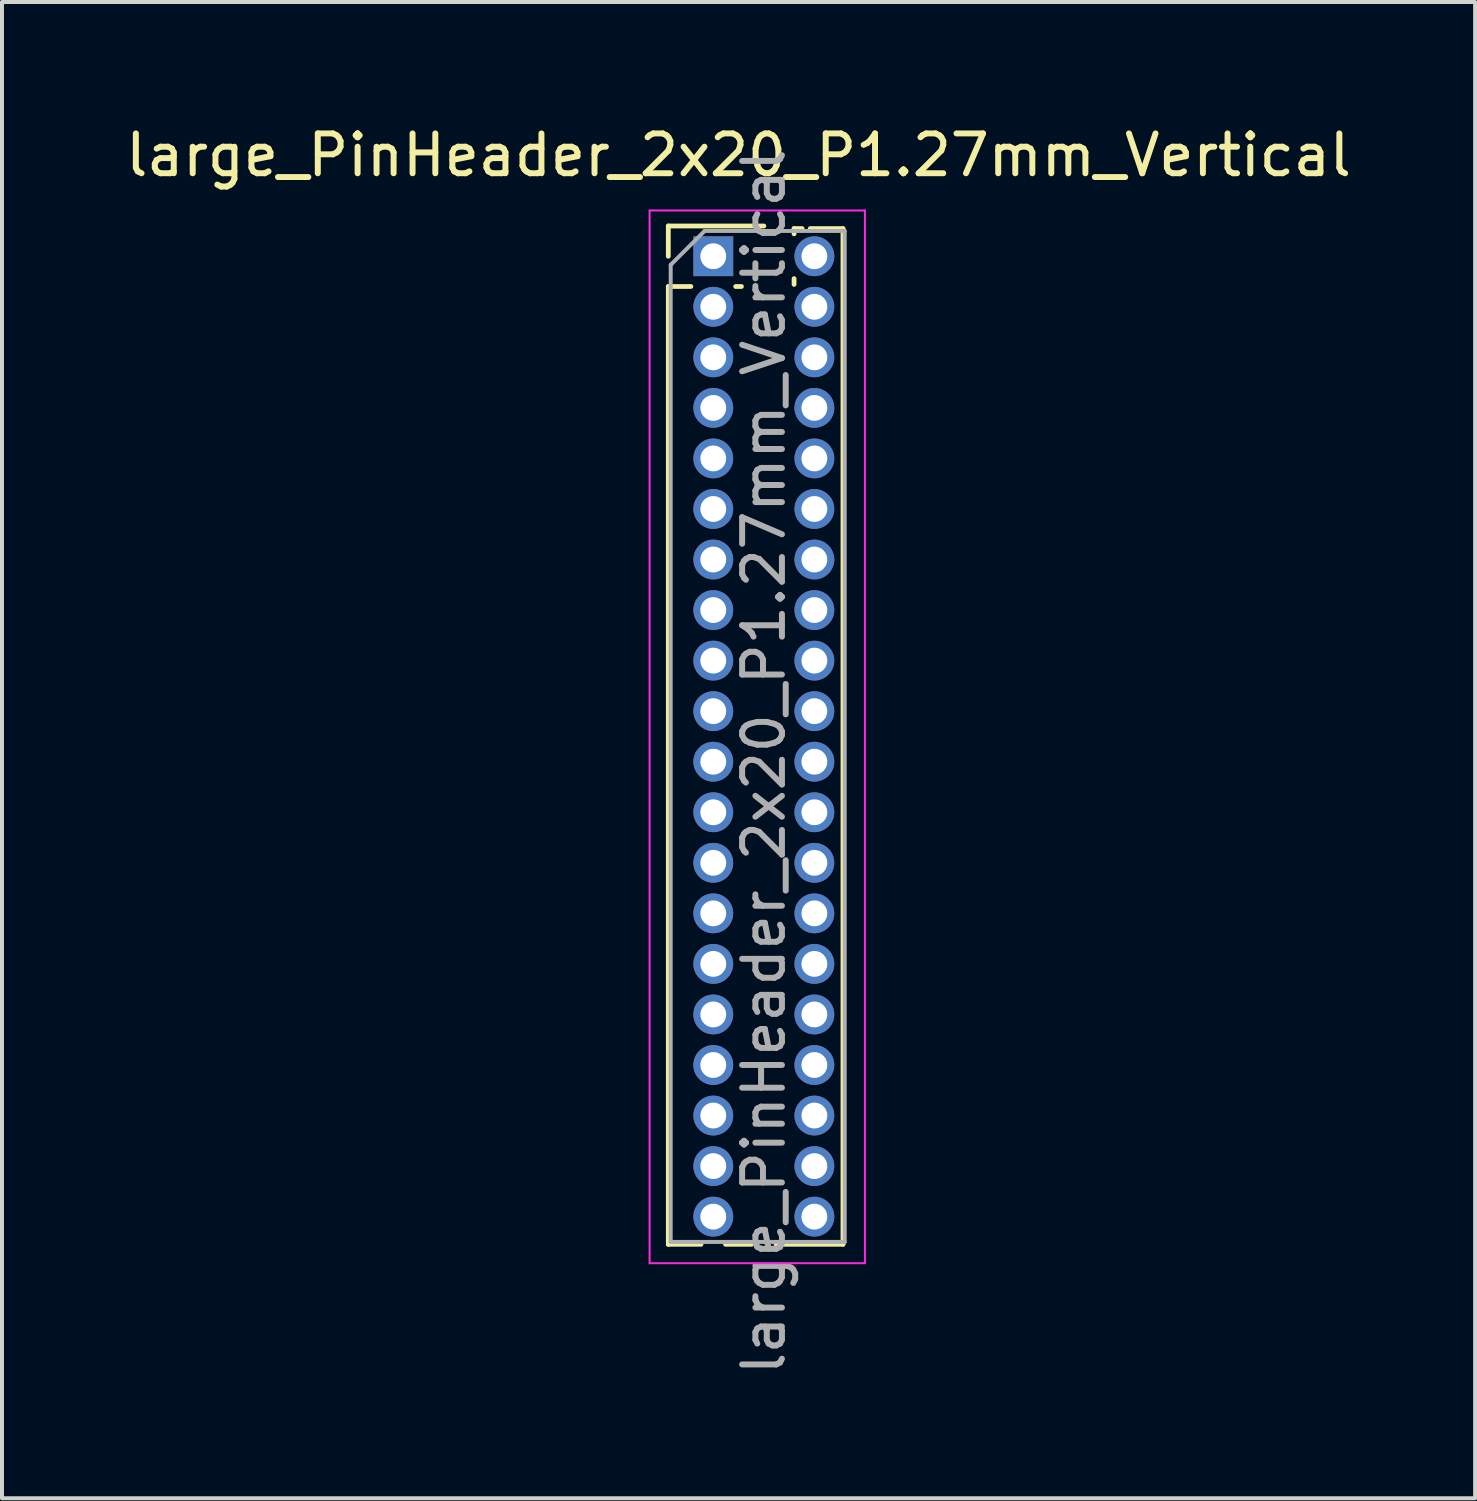
<source format=kicad_pcb>
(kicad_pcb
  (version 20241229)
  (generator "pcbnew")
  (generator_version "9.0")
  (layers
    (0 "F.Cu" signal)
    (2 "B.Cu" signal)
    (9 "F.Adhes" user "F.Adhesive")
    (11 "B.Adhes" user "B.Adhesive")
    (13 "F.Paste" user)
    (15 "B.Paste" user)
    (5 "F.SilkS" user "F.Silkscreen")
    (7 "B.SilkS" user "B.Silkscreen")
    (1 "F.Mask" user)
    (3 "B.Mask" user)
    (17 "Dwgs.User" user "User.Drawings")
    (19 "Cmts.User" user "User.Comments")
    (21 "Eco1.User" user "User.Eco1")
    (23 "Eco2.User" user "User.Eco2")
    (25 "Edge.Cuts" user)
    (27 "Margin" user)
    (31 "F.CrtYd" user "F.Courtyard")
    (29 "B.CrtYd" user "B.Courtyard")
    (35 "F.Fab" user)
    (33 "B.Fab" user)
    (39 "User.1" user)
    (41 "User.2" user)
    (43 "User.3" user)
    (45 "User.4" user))
  (footprint "large_PinHeader_2x20_P1.27mm_Vertical"
    (layer "F.Cu")
    (at 14.871 3.388)
    (property "Reference" "large_PinHeader_2x20_P1.27mm_Vertical" (at 0.635 -2.54 180) (layer "F.SilkS") (effects (font (size 1 1) (thickness 0.15))))
    (attr through_hole)
    (fp_line (start -1.13 -0.76) (end 1.27 -0.76) (stroke (width 0.12) (type solid)) (layer "F.SilkS"))
    (fp_line (start -1.13 0) (end -1.13 -0.76) (stroke (width 0.12) (type solid)) (layer "F.SilkS"))
    (fp_line (start -1.13 0.76) (end -1.13 24.825) (stroke (width 0.12) (type solid)) (layer "F.SilkS"))
    (fp_line (start -1.13 0.76) (end -0.563 0.76) (stroke (width 0.12) (type solid)) (layer "F.SilkS"))
    (fp_line (start -1.13 24.825) (end -0.308 24.825) (stroke (width 0.12) (type solid)) (layer "F.SilkS"))
    (fp_line (start 0.308 24.825) (end 0.962 24.825) (stroke (width 0.12) (type solid)) (layer "F.SilkS"))
    (fp_line (start 0.563 0.76) (end 0.707 0.76) (stroke (width 0.12) (type solid)) (layer "F.SilkS"))
    (fp_line (start 1.578 24.825) (end 3.259 24.825) (stroke (width 0.12) (type solid)) (layer "F.SilkS"))
    (fp_line (start 2.03 -0.695) (end 2.232 -0.695) (stroke (width 0.12) (type solid)) (layer "F.SilkS"))
    (fp_line (start 2.03 -0.563) (end 2.03 -0.695) (stroke (width 0.12) (type solid)) (layer "F.SilkS"))
    (fp_line (start 2.03 0.707) (end 2.03 0.563) (stroke (width 0.12) (type solid)) (layer "F.SilkS"))
    (fp_line (start 2.436 -0.695) (end 3.259 -0.695) (stroke (width 0.12) (type solid)) (layer "F.SilkS"))
    (fp_line (start 3.259 -0.695) (end 3.259 24.825) (stroke (width 0.12) (type solid)) (layer "F.SilkS"))
    (fp_line (start -1.6 -1.15) (end -1.6 25.3) (stroke (width 0.05) (type solid)) (layer "F.CrtYd"))
    (fp_line (start -1.6 25.3) (end 3.81 25.3) (stroke (width 0.05) (type solid)) (layer "F.CrtYd"))
    (fp_line (start 3.81 -1.15) (end -1.6 -1.15) (stroke (width 0.05) (type solid)) (layer "F.CrtYd"))
    (fp_line (start 3.81 25.3) (end 3.81 -1.15) (stroke (width 0.05) (type solid)) (layer "F.CrtYd"))
    (fp_line (start -1.07 0.217) (end -0.217 -0.635) (stroke (width 0.1) (type solid)) (layer "F.Fab"))
    (fp_line (start -1.07 24.765) (end -1.07 0.217) (stroke (width 0.1) (type solid)) (layer "F.Fab"))
    (fp_line (start -0.217 -0.635) (end 3.302 -0.635) (stroke (width 0.1) (type solid)) (layer "F.Fab"))
    (fp_line (start 3.302 -0.635) (end 3.302 24.765) (stroke (width 0.1) (type solid)) (layer "F.Fab"))
    (fp_line (start 3.302 24.765) (end -1.07 24.765) (stroke (width 0.1) (type solid)) (layer "F.Fab"))
    (fp_text user "${REFERENCE}" (at 1.27 12.7 90) (layer "F.Fab") (effects (font (size 1 1) (thickness 0.15))))
    (pad "1" thru_hole rect (at 0 0) (size 1 1) (drill 0.65) (layers "*.Cu" "*.Mask"))
    (pad "2" thru_hole oval (at 2.54 0) (size 1 1) (drill 0.65) (layers "*.Cu" "*.Mask"))
    (pad "3" thru_hole oval (at 0 1.27) (size 1 1) (drill 0.65) (layers "*.Cu" "*.Mask"))
    (pad "4" thru_hole oval (at 2.54 1.27) (size 1 1) (drill 0.65) (layers "*.Cu" "*.Mask"))
    (pad "5" thru_hole oval (at 0 2.54) (size 1 1) (drill 0.65) (layers "*.Cu" "*.Mask"))
    (pad "6" thru_hole oval (at 2.54 2.54) (size 1 1) (drill 0.65) (layers "*.Cu" "*.Mask"))
    (pad "7" thru_hole oval (at 0 3.81) (size 1 1) (drill 0.65) (layers "*.Cu" "*.Mask"))
    (pad "8" thru_hole oval (at 2.54 3.81) (size 1 1) (drill 0.65) (layers "*.Cu" "*.Mask"))
    (pad "9" thru_hole oval (at 0 5.08) (size 1 1) (drill 0.65) (layers "*.Cu" "*.Mask"))
    (pad "10" thru_hole oval (at 2.54 5.08) (size 1 1) (drill 0.65) (layers "*.Cu" "*.Mask"))
    (pad "11" thru_hole oval (at 0 6.35) (size 1 1) (drill 0.65) (layers "*.Cu" "*.Mask"))
    (pad "12" thru_hole oval (at 2.54 6.35) (size 1 1) (drill 0.65) (layers "*.Cu" "*.Mask"))
    (pad "13" thru_hole oval (at 0 7.62) (size 1 1) (drill 0.65) (layers "*.Cu" "*.Mask"))
    (pad "14" thru_hole oval (at 2.54 7.62) (size 1 1) (drill 0.65) (layers "*.Cu" "*.Mask"))
    (pad "15" thru_hole oval (at 0 8.89) (size 1 1) (drill 0.65) (layers "*.Cu" "*.Mask"))
    (pad "16" thru_hole oval (at 2.54 8.89) (size 1 1) (drill 0.65) (layers "*.Cu" "*.Mask"))
    (pad "17" thru_hole oval (at 0 10.16) (size 1 1) (drill 0.65) (layers "*.Cu" "*.Mask"))
    (pad "18" thru_hole oval (at 2.54 10.16) (size 1 1) (drill 0.65) (layers "*.Cu" "*.Mask"))
    (pad "19" thru_hole oval (at 0 11.43) (size 1 1) (drill 0.65) (layers "*.Cu" "*.Mask"))
    (pad "20" thru_hole oval (at 2.54 11.43) (size 1 1) (drill 0.65) (layers "*.Cu" "*.Mask"))
    (pad "21" thru_hole oval (at 0 12.7) (size 1 1) (drill 0.65) (layers "*.Cu" "*.Mask"))
    (pad "22" thru_hole oval (at 2.54 12.7) (size 1 1) (drill 0.65) (layers "*.Cu" "*.Mask"))
    (pad "23" thru_hole oval (at 0 13.97) (size 1 1) (drill 0.65) (layers "*.Cu" "*.Mask"))
    (pad "24" thru_hole oval (at 2.54 13.97) (size 1 1) (drill 0.65) (layers "*.Cu" "*.Mask"))
    (pad "25" thru_hole oval (at 0 15.24) (size 1 1) (drill 0.65) (layers "*.Cu" "*.Mask"))
    (pad "26" thru_hole oval (at 2.54 15.24) (size 1 1) (drill 0.65) (layers "*.Cu" "*.Mask"))
    (pad "27" thru_hole oval (at 0 16.51) (size 1 1) (drill 0.65) (layers "*.Cu" "*.Mask"))
    (pad "28" thru_hole oval (at 2.54 16.51) (size 1 1) (drill 0.65) (layers "*.Cu" "*.Mask"))
    (pad "29" thru_hole oval (at 0 17.78) (size 1 1) (drill 0.65) (layers "*.Cu" "*.Mask"))
    (pad "30" thru_hole oval (at 2.54 17.78) (size 1 1) (drill 0.65) (layers "*.Cu" "*.Mask"))
    (pad "31" thru_hole oval (at 0 19.05) (size 1 1) (drill 0.65) (layers "*.Cu" "*.Mask"))
    (pad "32" thru_hole oval (at 2.54 19.05) (size 1 1) (drill 0.65) (layers "*.Cu" "*.Mask"))
    (pad "33" thru_hole oval (at 0 20.32) (size 1 1) (drill 0.65) (layers "*.Cu" "*.Mask"))
    (pad "34" thru_hole oval (at 2.54 20.32) (size 1 1) (drill 0.65) (layers "*.Cu" "*.Mask"))
    (pad "35" thru_hole oval (at 0 21.59) (size 1 1) (drill 0.65) (layers "*.Cu" "*.Mask"))
    (pad "36" thru_hole oval (at 2.54 21.59) (size 1 1) (drill 0.65) (layers "*.Cu" "*.Mask"))
    (pad "37" thru_hole oval (at 0 22.86) (size 1 1) (drill 0.65) (layers "*.Cu" "*.Mask"))
    (pad "38" thru_hole oval (at 2.54 22.86) (size 1 1) (drill 0.65) (layers "*.Cu" "*.Mask"))
    (pad "39" thru_hole oval (at 0 24.13) (size 1 1) (drill 0.65) (layers "*.Cu" "*.Mask"))
    (pad "40" thru_hole oval (at 2.54 24.13) (size 1 1) (drill 0.65) (layers "*.Cu" "*.Mask")))
  (gr_rect
    (start -3 -3)
    (end 34.012 34.594)
    (stroke (width 0.1) (type default))
    (fill no)
    (layer "Edge.Cuts")))
</source>
